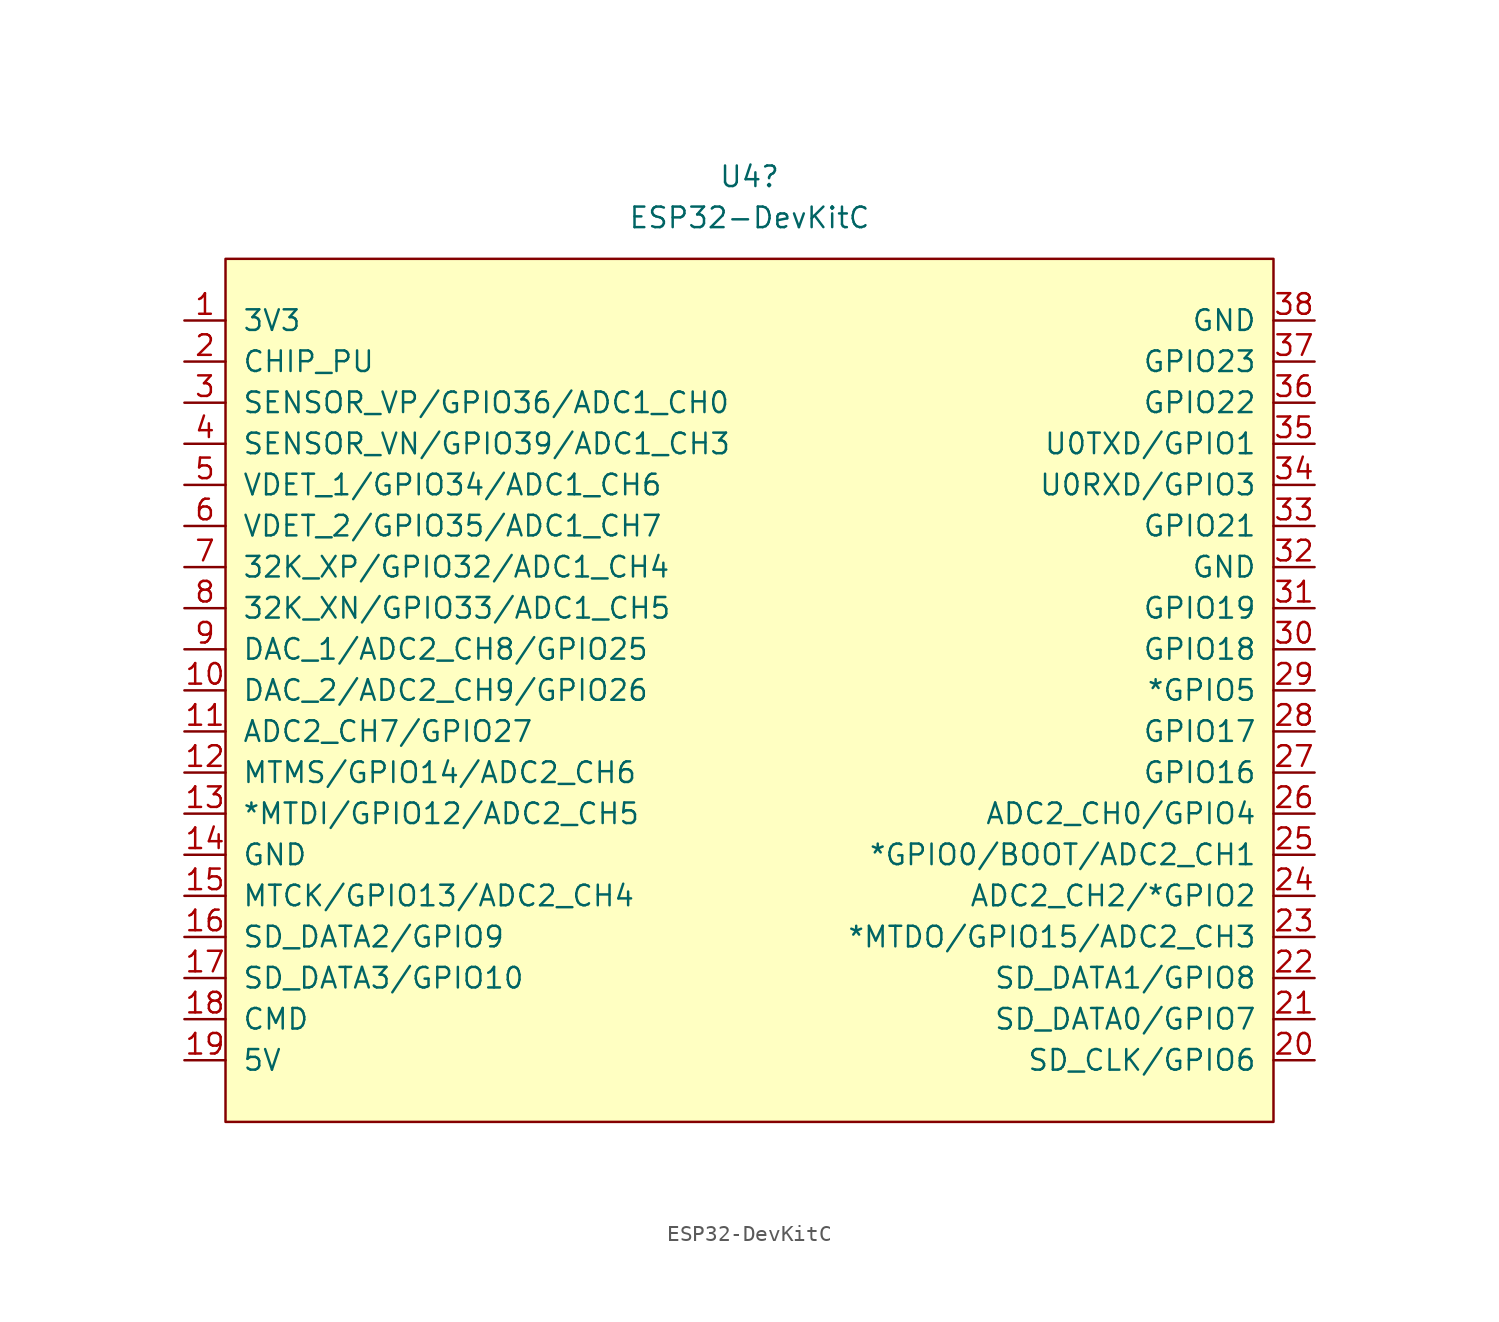
<source format=kicad_sym>
(kicad_symbol_lib
  (version 20220914)
  (generator kicad_symbol_editor)
  (symbol "ESP32-DevKitC"
    (pin_names
      (offset 1.016))
    (property "Reference" "U4"
      (at 1.905 30.48 0)
      (effects (font (size 1.27 1.27))))
    (property "Value" "ESP32-DevKitC"
      (at 1.905 27.94 0)
      (effects (font (size 1.27 1.27))))
    (symbol "ESP32-DevKitC_0_0"
      (pin power_in line (at -33.02 -11.43 0) (length 2.54) (name "GND" (effects (font (size 1.27 1.27)))) (number "14" (effects (font (size 1.27 1.27)))))
      (pin power_in line (at -33.02 -24.13 0) (length 2.54) (name "5V" (effects (font (size 1.27 1.27)))) (number "19" (effects (font (size 1.27 1.27))))))
    (symbol "ESP32-DevKitC_0_1"
      (rectangle (start -30.48 25.4) (end 34.29 -27.94) (stroke (width 0) (type default)) (fill (type background))))
    (symbol "ESP32-DevKitC_1_1"
      (pin power_in line (at -33.02 21.59 0) (length 2.54) (name "3V3" (effects (font (size 1.27 1.27)))) (number "1" (effects (font (size 1.27 1.27)))))
      (pin bidirectional line (at -33.02 -1.27 0) (length 2.54) (name "DAC_2/ADC2_CH9/GPIO26" (effects (font (size 1.27 1.27)))) (number "10" (effects (font (size 1.27 1.27)))))
      (pin bidirectional line (at -33.02 -3.81 0) (length 2.54) (name "ADC2_CH7/GPIO27" (effects (font (size 1.27 1.27)))) (number "11" (effects (font (size 1.27 1.27)))))
      (pin bidirectional line (at -33.02 -6.35 0) (length 2.54) (name "MTMS/GPIO14/ADC2_CH6" (effects (font (size 1.27 1.27)))) (number "12" (effects (font (size 1.27 1.27)))))
      (pin bidirectional line (at -33.02 -8.89 0) (length 2.54) (name "*MTDI/GPIO12/ADC2_CH5" (effects (font (size 1.27 1.27)))) (number "13" (effects (font (size 1.27 1.27)))))
      (pin bidirectional line (at -33.02 -13.97 0) (length 2.54) (name "MTCK/GPIO13/ADC2_CH4" (effects (font (size 1.27 1.27)))) (number "15" (effects (font (size 1.27 1.27)))))
      (pin bidirectional line (at -33.02 -16.51 0) (length 2.54) (name "SD_DATA2/GPIO9" (effects (font (size 1.27 1.27)))) (number "16" (effects (font (size 1.27 1.27)))))
      (pin bidirectional line (at -33.02 -19.05 0) (length 2.54) (name "SD_DATA3/GPIO10" (effects (font (size 1.27 1.27)))) (number "17" (effects (font (size 1.27 1.27)))))
      (pin bidirectional line (at -33.02 -21.59 0) (length 2.54) (name "CMD" (effects (font (size 1.27 1.27)))) (number "18" (effects (font (size 1.27 1.27)))))
      (pin input line (at -33.02 19.05 0) (length 2.54) (name "CHIP_PU" (effects (font (size 1.27 1.27)))) (number "2" (effects (font (size 1.27 1.27)))))
      (pin bidirectional line (at 36.83 -24.13 180) (length 2.54) (name "SD_CLK/GPIO6" (effects (font (size 1.27 1.27)))) (number "20" (effects (font (size 1.27 1.27)))))
      (pin bidirectional line (at 36.83 -21.59 180) (length 2.54) (name "SD_DATA0/GPIO7" (effects (font (size 1.27 1.27)))) (number "21" (effects (font (size 1.27 1.27)))))
      (pin bidirectional line (at 36.83 -19.05 180) (length 2.54) (name "SD_DATA1/GPIO8" (effects (font (size 1.27 1.27)))) (number "22" (effects (font (size 1.27 1.27)))))
      (pin bidirectional line (at 36.83 -16.51 180) (length 2.54) (name "*MTDO/GPIO15/ADC2_CH3" (effects (font (size 1.27 1.27)))) (number "23" (effects (font (size 1.27 1.27)))))
      (pin bidirectional line (at 36.83 -13.97 180) (length 2.54) (name "ADC2_CH2/*GPIO2" (effects (font (size 1.27 1.27)))) (number "24" (effects (font (size 1.27 1.27)))))
      (pin bidirectional line (at 36.83 -11.43 180) (length 2.54) (name "*GPIO0/BOOT/ADC2_CH1" (effects (font (size 1.27 1.27)))) (number "25" (effects (font (size 1.27 1.27)))))
      (pin bidirectional line (at 36.83 -8.89 180) (length 2.54) (name "ADC2_CH0/GPIO4" (effects (font (size 1.27 1.27)))) (number "26" (effects (font (size 1.27 1.27)))))
      (pin bidirectional line (at 36.83 -6.35 180) (length 2.54) (name "GPIO16" (effects (font (size 1.27 1.27)))) (number "27" (effects (font (size 1.27 1.27)))))
      (pin bidirectional line (at 36.83 -3.81 180) (length 2.54) (name "GPIO17" (effects (font (size 1.27 1.27)))) (number "28" (effects (font (size 1.27 1.27)))))
      (pin bidirectional line (at 36.83 -1.27 180) (length 2.54) (name "*GPIO5" (effects (font (size 1.27 1.27)))) (number "29" (effects (font (size 1.27 1.27)))))
      (pin input line (at -33.02 16.51 0) (length 2.54) (name "SENSOR_VP/GPIO36/ADC1_CH0" (effects (font (size 1.27 1.27)))) (number "3" (effects (font (size 1.27 1.27)))))
      (pin bidirectional line (at 36.83 1.27 180) (length 2.54) (name "GPIO18" (effects (font (size 1.27 1.27)))) (number "30" (effects (font (size 1.27 1.27)))))
      (pin bidirectional line (at 36.83 3.81 180) (length 2.54) (name "GPIO19" (effects (font (size 1.27 1.27)))) (number "31" (effects (font (size 1.27 1.27)))))
      (pin power_in line (at 36.83 6.35 180) (length 2.54) (name "GND" (effects (font (size 1.27 1.27)))) (number "32" (effects (font (size 1.27 1.27)))))
      (pin bidirectional line (at 36.83 8.89 180) (length 2.54) (name "GPIO21" (effects (font (size 1.27 1.27)))) (number "33" (effects (font (size 1.27 1.27)))))
      (pin bidirectional line (at 36.83 11.43 180) (length 2.54) (name "U0RXD/GPIO3" (effects (font (size 1.27 1.27)))) (number "34" (effects (font (size 1.27 1.27)))))
      (pin bidirectional line (at 36.83 13.97 180) (length 2.54) (name "U0TXD/GPIO1" (effects (font (size 1.27 1.27)))) (number "35" (effects (font (size 1.27 1.27)))))
      (pin bidirectional line (at 36.83 16.51 180) (length 2.54) (name "GPIO22" (effects (font (size 1.27 1.27)))) (number "36" (effects (font (size 1.27 1.27)))))
      (pin bidirectional line (at 36.83 19.05 180) (length 2.54) (name "GPIO23" (effects (font (size 1.27 1.27)))) (number "37" (effects (font (size 1.27 1.27)))))
      (pin power_in line (at 36.83 21.59 180) (length 2.54) (name "GND" (effects (font (size 1.27 1.27)))) (number "38" (effects (font (size 1.27 1.27)))))
      (pin input line (at -33.02 13.97 0) (length 2.54) (name "SENSOR_VN/GPIO39/ADC1_CH3" (effects (font (size 1.27 1.27)))) (number "4" (effects (font (size 1.27 1.27)))))
      (pin input line (at -33.02 11.43 0) (length 2.54) (name "VDET_1/GPIO34/ADC1_CH6" (effects (font (size 1.27 1.27)))) (number "5" (effects (font (size 1.27 1.27)))))
      (pin input line (at -33.02 8.89 0) (length 2.54) (name "VDET_2/GPIO35/ADC1_CH7" (effects (font (size 1.27 1.27)))) (number "6" (effects (font (size 1.27 1.27)))))
      (pin bidirectional line (at -33.02 6.35 0) (length 2.54) (name "32K_XP/GPIO32/ADC1_CH4" (effects (font (size 1.27 1.27)))) (number "7" (effects (font (size 1.27 1.27)))))
      (pin bidirectional line (at -33.02 3.81 0) (length 2.54) (name "32K_XN/GPIO33/ADC1_CH5" (effects (font (size 1.27 1.27)))) (number "8" (effects (font (size 1.27 1.27)))))
      (pin bidirectional line (at -33.02 1.27 0) (length 2.54) (name "DAC_1/ADC2_CH8/GPIO25" (effects (font (size 1.27 1.27)))) (number "9" (effects (font (size 1.27 1.27))))))))
</source>
